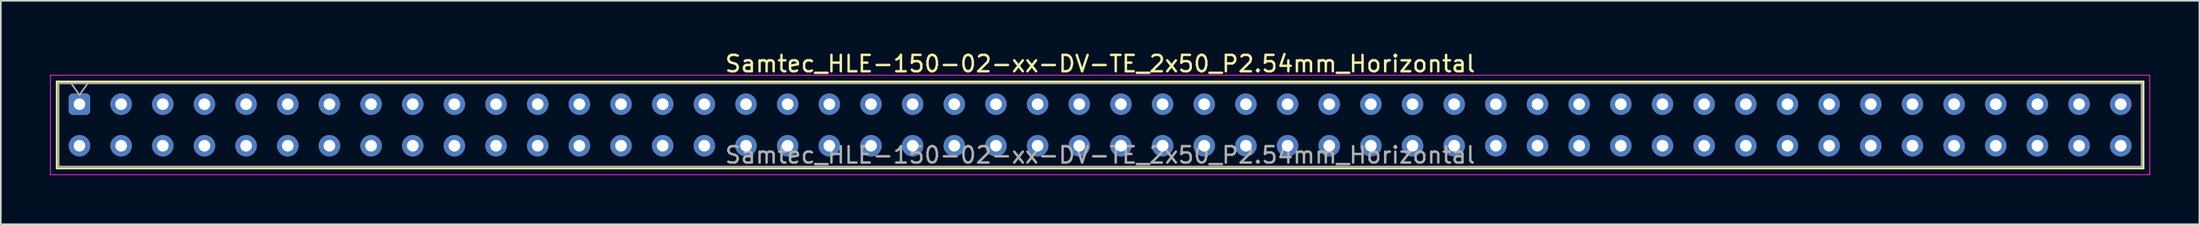
<source format=kicad_pcb>
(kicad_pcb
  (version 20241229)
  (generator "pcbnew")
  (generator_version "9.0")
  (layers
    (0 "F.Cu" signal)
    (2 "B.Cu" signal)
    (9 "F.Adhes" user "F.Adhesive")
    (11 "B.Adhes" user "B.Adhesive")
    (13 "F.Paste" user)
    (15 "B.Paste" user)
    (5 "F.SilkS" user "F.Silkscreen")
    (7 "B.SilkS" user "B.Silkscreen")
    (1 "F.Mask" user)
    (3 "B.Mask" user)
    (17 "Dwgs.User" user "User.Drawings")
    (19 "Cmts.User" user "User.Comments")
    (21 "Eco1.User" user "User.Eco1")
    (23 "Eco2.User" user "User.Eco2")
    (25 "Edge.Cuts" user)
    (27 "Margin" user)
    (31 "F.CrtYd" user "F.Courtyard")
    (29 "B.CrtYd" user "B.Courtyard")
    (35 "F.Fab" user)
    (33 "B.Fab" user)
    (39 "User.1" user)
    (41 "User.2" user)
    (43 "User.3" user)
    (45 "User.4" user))
  (footprint "Samtec_HLE-150-02-xx-DV-TE_2x50_P2.54mm_Horizontal"
    (layer "F.Cu")
    (at 1.795 3.318)
    (property "Reference" "Samtec_HLE-150-02-xx-DV-TE_2x50_P2.54mm_Horizontal" (at 62.23 -2.47 0) (layer "F.SilkS") (effects (font (size 1 1) (thickness 0.15))))
    (attr through_hole)
    (fp_line (start -1.38 -1.38) (end 125.84 -1.38) (stroke (width 0.12) (type solid)) (layer "F.SilkS"))
    (fp_line (start -1.38 3.92) (end -1.38 -1.38) (stroke (width 0.12) (type solid)) (layer "F.SilkS"))
    (fp_line (start 125.84 -1.38) (end 125.84 3.92) (stroke (width 0.12) (type solid)) (layer "F.SilkS"))
    (fp_line (start 125.84 3.92) (end -1.38 3.92) (stroke (width 0.12) (type solid)) (layer "F.SilkS"))
    (fp_line (start -1.77 -1.77) (end 126.23 -1.77) (stroke (width 0.05) (type solid)) (layer "F.CrtYd"))
    (fp_line (start -1.77 4.31) (end -1.77 -1.77) (stroke (width 0.05) (type solid)) (layer "F.CrtYd"))
    (fp_line (start 126.23 -1.77) (end 126.23 4.31) (stroke (width 0.05) (type solid)) (layer "F.CrtYd"))
    (fp_line (start 126.23 4.31) (end -1.77 4.31) (stroke (width 0.05) (type solid)) (layer "F.CrtYd"))
    (fp_line (start -1.27 -1.27) (end 125.73 -1.27) (stroke (width 0.1) (type solid)) (layer "F.Fab"))
    (fp_line (start -1.27 3.81) (end -1.27 -1.27) (stroke (width 0.1) (type solid)) (layer "F.Fab"))
    (fp_line (start -0.5 -1.27) (end 0 -0.563) (stroke (width 0.1) (type solid)) (layer "F.Fab"))
    (fp_line (start 0 -0.563) (end 0.5 -1.27) (stroke (width 0.1) (type solid)) (layer "F.Fab"))
    (fp_line (start 125.73 -1.27) (end 125.73 3.81) (stroke (width 0.1) (type solid)) (layer "F.Fab"))
    (fp_line (start 125.73 3.81) (end -1.27 3.81) (stroke (width 0.1) (type solid)) (layer "F.Fab"))
    (fp_text user "${REFERENCE}" (at 62.23 3.11 0) (layer "F.Fab") (effects (font (size 1 1) (thickness 0.15))))
    (pad "1" thru_hole roundrect (at 0 0) (size 1.31 1.31) (drill 0.71) (layers "*.Cu" "*.Mask") (roundrect_rratio 0.191))
    (pad "2" thru_hole circle (at 0 2.54) (size 1.31 1.31) (drill 0.71) (layers "*.Cu" "*.Mask"))
    (pad "3" thru_hole circle (at 2.54 0) (size 1.31 1.31) (drill 0.71) (layers "*.Cu" "*.Mask"))
    (pad "4" thru_hole circle (at 2.54 2.54) (size 1.31 1.31) (drill 0.71) (layers "*.Cu" "*.Mask"))
    (pad "5" thru_hole circle (at 5.08 0) (size 1.31 1.31) (drill 0.71) (layers "*.Cu" "*.Mask"))
    (pad "6" thru_hole circle (at 5.08 2.54) (size 1.31 1.31) (drill 0.71) (layers "*.Cu" "*.Mask"))
    (pad "7" thru_hole circle (at 7.62 0) (size 1.31 1.31) (drill 0.71) (layers "*.Cu" "*.Mask"))
    (pad "8" thru_hole circle (at 7.62 2.54) (size 1.31 1.31) (drill 0.71) (layers "*.Cu" "*.Mask"))
    (pad "9" thru_hole circle (at 10.16 0) (size 1.31 1.31) (drill 0.71) (layers "*.Cu" "*.Mask"))
    (pad "10" thru_hole circle (at 10.16 2.54) (size 1.31 1.31) (drill 0.71) (layers "*.Cu" "*.Mask"))
    (pad "11" thru_hole circle (at 12.7 0) (size 1.31 1.31) (drill 0.71) (layers "*.Cu" "*.Mask"))
    (pad "12" thru_hole circle (at 12.7 2.54) (size 1.31 1.31) (drill 0.71) (layers "*.Cu" "*.Mask"))
    (pad "13" thru_hole circle (at 15.24 0) (size 1.31 1.31) (drill 0.71) (layers "*.Cu" "*.Mask"))
    (pad "14" thru_hole circle (at 15.24 2.54) (size 1.31 1.31) (drill 0.71) (layers "*.Cu" "*.Mask"))
    (pad "15" thru_hole circle (at 17.78 0) (size 1.31 1.31) (drill 0.71) (layers "*.Cu" "*.Mask"))
    (pad "16" thru_hole circle (at 17.78 2.54) (size 1.31 1.31) (drill 0.71) (layers "*.Cu" "*.Mask"))
    (pad "17" thru_hole circle (at 20.32 0) (size 1.31 1.31) (drill 0.71) (layers "*.Cu" "*.Mask"))
    (pad "18" thru_hole circle (at 20.32 2.54) (size 1.31 1.31) (drill 0.71) (layers "*.Cu" "*.Mask"))
    (pad "19" thru_hole circle (at 22.86 0) (size 1.31 1.31) (drill 0.71) (layers "*.Cu" "*.Mask"))
    (pad "20" thru_hole circle (at 22.86 2.54) (size 1.31 1.31) (drill 0.71) (layers "*.Cu" "*.Mask"))
    (pad "21" thru_hole circle (at 25.4 0) (size 1.31 1.31) (drill 0.71) (layers "*.Cu" "*.Mask"))
    (pad "22" thru_hole circle (at 25.4 2.54) (size 1.31 1.31) (drill 0.71) (layers "*.Cu" "*.Mask"))
    (pad "23" thru_hole circle (at 27.94 0) (size 1.31 1.31) (drill 0.71) (layers "*.Cu" "*.Mask"))
    (pad "24" thru_hole circle (at 27.94 2.54) (size 1.31 1.31) (drill 0.71) (layers "*.Cu" "*.Mask"))
    (pad "25" thru_hole circle (at 30.48 0) (size 1.31 1.31) (drill 0.71) (layers "*.Cu" "*.Mask"))
    (pad "26" thru_hole circle (at 30.48 2.54) (size 1.31 1.31) (drill 0.71) (layers "*.Cu" "*.Mask"))
    (pad "27" thru_hole circle (at 33.02 0) (size 1.31 1.31) (drill 0.71) (layers "*.Cu" "*.Mask"))
    (pad "28" thru_hole circle (at 33.02 2.54) (size 1.31 1.31) (drill 0.71) (layers "*.Cu" "*.Mask"))
    (pad "29" thru_hole circle (at 35.56 0) (size 1.31 1.31) (drill 0.71) (layers "*.Cu" "*.Mask"))
    (pad "30" thru_hole circle (at 35.56 2.54) (size 1.31 1.31) (drill 0.71) (layers "*.Cu" "*.Mask"))
    (pad "31" thru_hole circle (at 38.1 0) (size 1.31 1.31) (drill 0.71) (layers "*.Cu" "*.Mask"))
    (pad "32" thru_hole circle (at 38.1 2.54) (size 1.31 1.31) (drill 0.71) (layers "*.Cu" "*.Mask"))
    (pad "33" thru_hole circle (at 40.64 0) (size 1.31 1.31) (drill 0.71) (layers "*.Cu" "*.Mask"))
    (pad "34" thru_hole circle (at 40.64 2.54) (size 1.31 1.31) (drill 0.71) (layers "*.Cu" "*.Mask"))
    (pad "35" thru_hole circle (at 43.18 0) (size 1.31 1.31) (drill 0.71) (layers "*.Cu" "*.Mask"))
    (pad "36" thru_hole circle (at 43.18 2.54) (size 1.31 1.31) (drill 0.71) (layers "*.Cu" "*.Mask"))
    (pad "37" thru_hole circle (at 45.72 0) (size 1.31 1.31) (drill 0.71) (layers "*.Cu" "*.Mask"))
    (pad "38" thru_hole circle (at 45.72 2.54) (size 1.31 1.31) (drill 0.71) (layers "*.Cu" "*.Mask"))
    (pad "39" thru_hole circle (at 48.26 0) (size 1.31 1.31) (drill 0.71) (layers "*.Cu" "*.Mask"))
    (pad "40" thru_hole circle (at 48.26 2.54) (size 1.31 1.31) (drill 0.71) (layers "*.Cu" "*.Mask"))
    (pad "41" thru_hole circle (at 50.8 0) (size 1.31 1.31) (drill 0.71) (layers "*.Cu" "*.Mask"))
    (pad "42" thru_hole circle (at 50.8 2.54) (size 1.31 1.31) (drill 0.71) (layers "*.Cu" "*.Mask"))
    (pad "43" thru_hole circle (at 53.34 0) (size 1.31 1.31) (drill 0.71) (layers "*.Cu" "*.Mask"))
    (pad "44" thru_hole circle (at 53.34 2.54) (size 1.31 1.31) (drill 0.71) (layers "*.Cu" "*.Mask"))
    (pad "45" thru_hole circle (at 55.88 0) (size 1.31 1.31) (drill 0.71) (layers "*.Cu" "*.Mask"))
    (pad "46" thru_hole circle (at 55.88 2.54) (size 1.31 1.31) (drill 0.71) (layers "*.Cu" "*.Mask"))
    (pad "47" thru_hole circle (at 58.42 0) (size 1.31 1.31) (drill 0.71) (layers "*.Cu" "*.Mask"))
    (pad "48" thru_hole circle (at 58.42 2.54) (size 1.31 1.31) (drill 0.71) (layers "*.Cu" "*.Mask"))
    (pad "49" thru_hole circle (at 60.96 0) (size 1.31 1.31) (drill 0.71) (layers "*.Cu" "*.Mask"))
    (pad "50" thru_hole circle (at 60.96 2.54) (size 1.31 1.31) (drill 0.71) (layers "*.Cu" "*.Mask"))
    (pad "51" thru_hole circle (at 63.5 0) (size 1.31 1.31) (drill 0.71) (layers "*.Cu" "*.Mask"))
    (pad "52" thru_hole circle (at 63.5 2.54) (size 1.31 1.31) (drill 0.71) (layers "*.Cu" "*.Mask"))
    (pad "53" thru_hole circle (at 66.04 0) (size 1.31 1.31) (drill 0.71) (layers "*.Cu" "*.Mask"))
    (pad "54" thru_hole circle (at 66.04 2.54) (size 1.31 1.31) (drill 0.71) (layers "*.Cu" "*.Mask"))
    (pad "55" thru_hole circle (at 68.58 0) (size 1.31 1.31) (drill 0.71) (layers "*.Cu" "*.Mask"))
    (pad "56" thru_hole circle (at 68.58 2.54) (size 1.31 1.31) (drill 0.71) (layers "*.Cu" "*.Mask"))
    (pad "57" thru_hole circle (at 71.12 0) (size 1.31 1.31) (drill 0.71) (layers "*.Cu" "*.Mask"))
    (pad "58" thru_hole circle (at 71.12 2.54) (size 1.31 1.31) (drill 0.71) (layers "*.Cu" "*.Mask"))
    (pad "59" thru_hole circle (at 73.66 0) (size 1.31 1.31) (drill 0.71) (layers "*.Cu" "*.Mask"))
    (pad "60" thru_hole circle (at 73.66 2.54) (size 1.31 1.31) (drill 0.71) (layers "*.Cu" "*.Mask"))
    (pad "61" thru_hole circle (at 76.2 0) (size 1.31 1.31) (drill 0.71) (layers "*.Cu" "*.Mask"))
    (pad "62" thru_hole circle (at 76.2 2.54) (size 1.31 1.31) (drill 0.71) (layers "*.Cu" "*.Mask"))
    (pad "63" thru_hole circle (at 78.74 0) (size 1.31 1.31) (drill 0.71) (layers "*.Cu" "*.Mask"))
    (pad "64" thru_hole circle (at 78.74 2.54) (size 1.31 1.31) (drill 0.71) (layers "*.Cu" "*.Mask"))
    (pad "65" thru_hole circle (at 81.28 0) (size 1.31 1.31) (drill 0.71) (layers "*.Cu" "*.Mask"))
    (pad "66" thru_hole circle (at 81.28 2.54) (size 1.31 1.31) (drill 0.71) (layers "*.Cu" "*.Mask"))
    (pad "67" thru_hole circle (at 83.82 0) (size 1.31 1.31) (drill 0.71) (layers "*.Cu" "*.Mask"))
    (pad "68" thru_hole circle (at 83.82 2.54) (size 1.31 1.31) (drill 0.71) (layers "*.Cu" "*.Mask"))
    (pad "69" thru_hole circle (at 86.36 0) (size 1.31 1.31) (drill 0.71) (layers "*.Cu" "*.Mask"))
    (pad "70" thru_hole circle (at 86.36 2.54) (size 1.31 1.31) (drill 0.71) (layers "*.Cu" "*.Mask"))
    (pad "71" thru_hole circle (at 88.9 0) (size 1.31 1.31) (drill 0.71) (layers "*.Cu" "*.Mask"))
    (pad "72" thru_hole circle (at 88.9 2.54) (size 1.31 1.31) (drill 0.71) (layers "*.Cu" "*.Mask"))
    (pad "73" thru_hole circle (at 91.44 0) (size 1.31 1.31) (drill 0.71) (layers "*.Cu" "*.Mask"))
    (pad "74" thru_hole circle (at 91.44 2.54) (size 1.31 1.31) (drill 0.71) (layers "*.Cu" "*.Mask"))
    (pad "75" thru_hole circle (at 93.98 0) (size 1.31 1.31) (drill 0.71) (layers "*.Cu" "*.Mask"))
    (pad "76" thru_hole circle (at 93.98 2.54) (size 1.31 1.31) (drill 0.71) (layers "*.Cu" "*.Mask"))
    (pad "77" thru_hole circle (at 96.52 0) (size 1.31 1.31) (drill 0.71) (layers "*.Cu" "*.Mask"))
    (pad "78" thru_hole circle (at 96.52 2.54) (size 1.31 1.31) (drill 0.71) (layers "*.Cu" "*.Mask"))
    (pad "79" thru_hole circle (at 99.06 0) (size 1.31 1.31) (drill 0.71) (layers "*.Cu" "*.Mask"))
    (pad "80" thru_hole circle (at 99.06 2.54) (size 1.31 1.31) (drill 0.71) (layers "*.Cu" "*.Mask"))
    (pad "81" thru_hole circle (at 101.6 0) (size 1.31 1.31) (drill 0.71) (layers "*.Cu" "*.Mask"))
    (pad "82" thru_hole circle (at 101.6 2.54) (size 1.31 1.31) (drill 0.71) (layers "*.Cu" "*.Mask"))
    (pad "83" thru_hole circle (at 104.14 0) (size 1.31 1.31) (drill 0.71) (layers "*.Cu" "*.Mask"))
    (pad "84" thru_hole circle (at 104.14 2.54) (size 1.31 1.31) (drill 0.71) (layers "*.Cu" "*.Mask"))
    (pad "85" thru_hole circle (at 106.68 0) (size 1.31 1.31) (drill 0.71) (layers "*.Cu" "*.Mask"))
    (pad "86" thru_hole circle (at 106.68 2.54) (size 1.31 1.31) (drill 0.71) (layers "*.Cu" "*.Mask"))
    (pad "87" thru_hole circle (at 109.22 0) (size 1.31 1.31) (drill 0.71) (layers "*.Cu" "*.Mask"))
    (pad "88" thru_hole circle (at 109.22 2.54) (size 1.31 1.31) (drill 0.71) (layers "*.Cu" "*.Mask"))
    (pad "89" thru_hole circle (at 111.76 0) (size 1.31 1.31) (drill 0.71) (layers "*.Cu" "*.Mask"))
    (pad "90" thru_hole circle (at 111.76 2.54) (size 1.31 1.31) (drill 0.71) (layers "*.Cu" "*.Mask"))
    (pad "91" thru_hole circle (at 114.3 0) (size 1.31 1.31) (drill 0.71) (layers "*.Cu" "*.Mask"))
    (pad "92" thru_hole circle (at 114.3 2.54) (size 1.31 1.31) (drill 0.71) (layers "*.Cu" "*.Mask"))
    (pad "93" thru_hole circle (at 116.84 0) (size 1.31 1.31) (drill 0.71) (layers "*.Cu" "*.Mask"))
    (pad "94" thru_hole circle (at 116.84 2.54) (size 1.31 1.31) (drill 0.71) (layers "*.Cu" "*.Mask"))
    (pad "95" thru_hole circle (at 119.38 0) (size 1.31 1.31) (drill 0.71) (layers "*.Cu" "*.Mask"))
    (pad "96" thru_hole circle (at 119.38 2.54) (size 1.31 1.31) (drill 0.71) (layers "*.Cu" "*.Mask"))
    (pad "97" thru_hole circle (at 121.92 0) (size 1.31 1.31) (drill 0.71) (layers "*.Cu" "*.Mask"))
    (pad "98" thru_hole circle (at 121.92 2.54) (size 1.31 1.31) (drill 0.71) (layers "*.Cu" "*.Mask"))
    (pad "99" thru_hole circle (at 124.46 0) (size 1.31 1.31) (drill 0.71) (layers "*.Cu" "*.Mask"))
    (pad "100" thru_hole circle (at 124.46 2.54) (size 1.31 1.31) (drill 0.71) (layers "*.Cu" "*.Mask")))
  (gr_rect
    (start -3 -3)
    (end 131.05 10.653)
    (stroke (width 0.1) (type default))
    (fill no)
    (layer "Edge.Cuts")))
</source>
